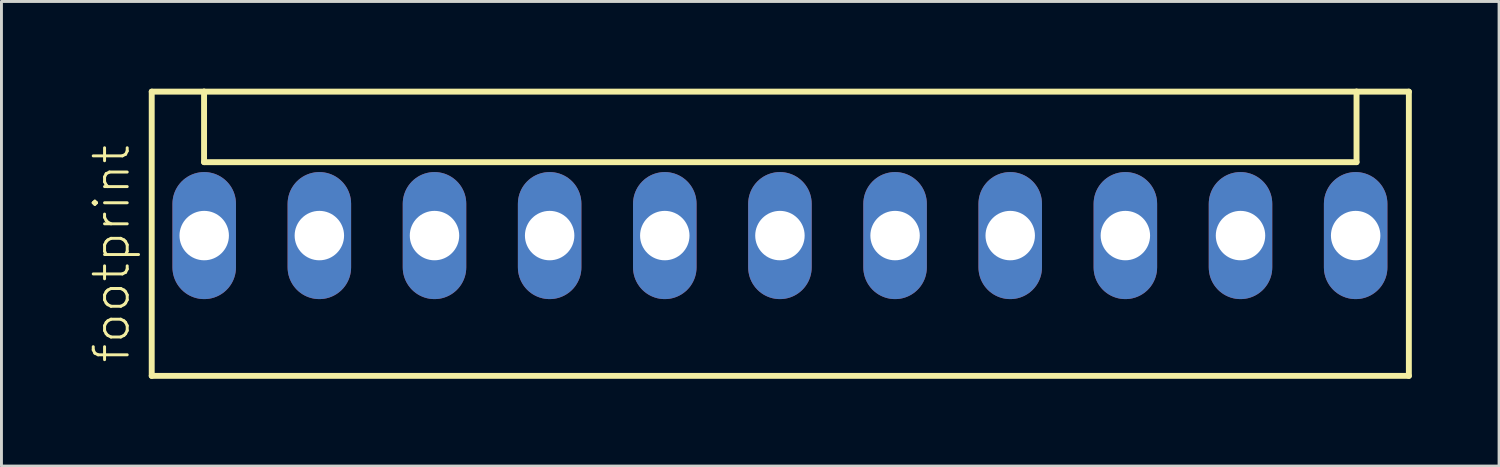
<source format=kicad_pcb>
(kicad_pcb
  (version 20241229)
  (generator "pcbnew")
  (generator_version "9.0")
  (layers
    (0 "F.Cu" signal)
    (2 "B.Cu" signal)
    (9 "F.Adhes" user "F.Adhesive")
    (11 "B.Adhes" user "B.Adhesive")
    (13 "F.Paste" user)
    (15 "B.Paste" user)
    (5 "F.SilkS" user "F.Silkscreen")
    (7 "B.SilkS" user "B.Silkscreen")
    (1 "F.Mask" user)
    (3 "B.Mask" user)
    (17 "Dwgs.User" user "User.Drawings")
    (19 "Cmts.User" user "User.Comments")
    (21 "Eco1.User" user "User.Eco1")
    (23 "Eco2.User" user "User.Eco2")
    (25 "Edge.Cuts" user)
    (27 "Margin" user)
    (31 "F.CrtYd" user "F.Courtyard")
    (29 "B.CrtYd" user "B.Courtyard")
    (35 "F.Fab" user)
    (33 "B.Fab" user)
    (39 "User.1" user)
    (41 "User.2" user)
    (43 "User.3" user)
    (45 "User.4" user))
  (footprint "footprint"
    (layer "F.Cu")
    (at 23.773 5.052)
    (property "Reference" "footprint" (at -22.3 4.445 90) (layer "F.SilkS") (effects (font (size 1.168 1.168) (thickness 0.102)) (justify left bottom)))
    (fp_line (start -21.605 -4.95) (end -21.605 4.825) (stroke (width 0.203) (type solid)) (layer "F.SilkS"))
    (fp_line (start -21.605 4.825) (end 21.63 4.825) (stroke (width 0.203) (type solid)) (layer "F.SilkS"))
    (fp_line (start -19.805 -4.95) (end -21.605 -4.95) (stroke (width 0.203) (type solid)) (layer "F.SilkS"))
    (fp_line (start -19.805 -2.525) (end -19.805 -4.95) (stroke (width 0.203) (type solid)) (layer "F.SilkS"))
    (fp_line (start -19.805 -2.525) (end 19.83 -2.525) (stroke (width 0.203) (type solid)) (layer "F.SilkS"))
    (fp_line (start 19.83 -4.95) (end -19.805 -4.95) (stroke (width 0.203) (type solid)) (layer "F.SilkS"))
    (fp_line (start 19.83 -2.525) (end 19.83 -4.95) (stroke (width 0.203) (type solid)) (layer "F.SilkS"))
    (fp_line (start 21.63 -4.95) (end 19.83 -4.95) (stroke (width 0.203) (type solid)) (layer "F.SilkS"))
    (fp_line (start 21.63 4.825) (end 21.63 -4.95) (stroke (width 0.203) (type solid)) (layer "F.SilkS"))
    (pad "1" thru_hole oval (at -19.8 0 90) (size 4.369 2.184) (drill 1.7) (layers "*.Cu" "*.Mask"))
    (pad "2" thru_hole oval (at -15.84 0 90) (size 4.369 2.184) (drill 1.7) (layers "*.Cu" "*.Mask"))
    (pad "3" thru_hole oval (at -11.88 0 90) (size 4.369 2.184) (drill 1.7) (layers "*.Cu" "*.Mask"))
    (pad "4" thru_hole oval (at -7.92 0 90) (size 4.369 2.184) (drill 1.7) (layers "*.Cu" "*.Mask"))
    (pad "5" thru_hole oval (at -3.96 0 90) (size 4.369 2.184) (drill 1.7) (layers "*.Cu" "*.Mask"))
    (pad "6" thru_hole oval (at 0 0 90) (size 4.369 2.184) (drill 1.7) (layers "*.Cu" "*.Mask"))
    (pad "7" thru_hole oval (at 3.96 0 90) (size 4.369 2.184) (drill 1.7) (layers "*.Cu" "*.Mask"))
    (pad "8" thru_hole oval (at 7.92 0 90) (size 4.369 2.184) (drill 1.7) (layers "*.Cu" "*.Mask"))
    (pad "9" thru_hole oval (at 11.88 0 90) (size 4.369 2.184) (drill 1.7) (layers "*.Cu" "*.Mask"))
    (pad "10" thru_hole oval (at 15.84 0 90) (size 4.369 2.184) (drill 1.7) (layers "*.Cu" "*.Mask"))
    (pad "11" thru_hole oval (at 19.8 0 90) (size 4.369 2.184) (drill 1.7) (layers "*.Cu" "*.Mask")))
  (gr_rect
    (start -3 -3)
    (end 48.505 12.978)
    (stroke (width 0.1) (type default))
    (fill no)
    (layer "Edge.Cuts")))
</source>
